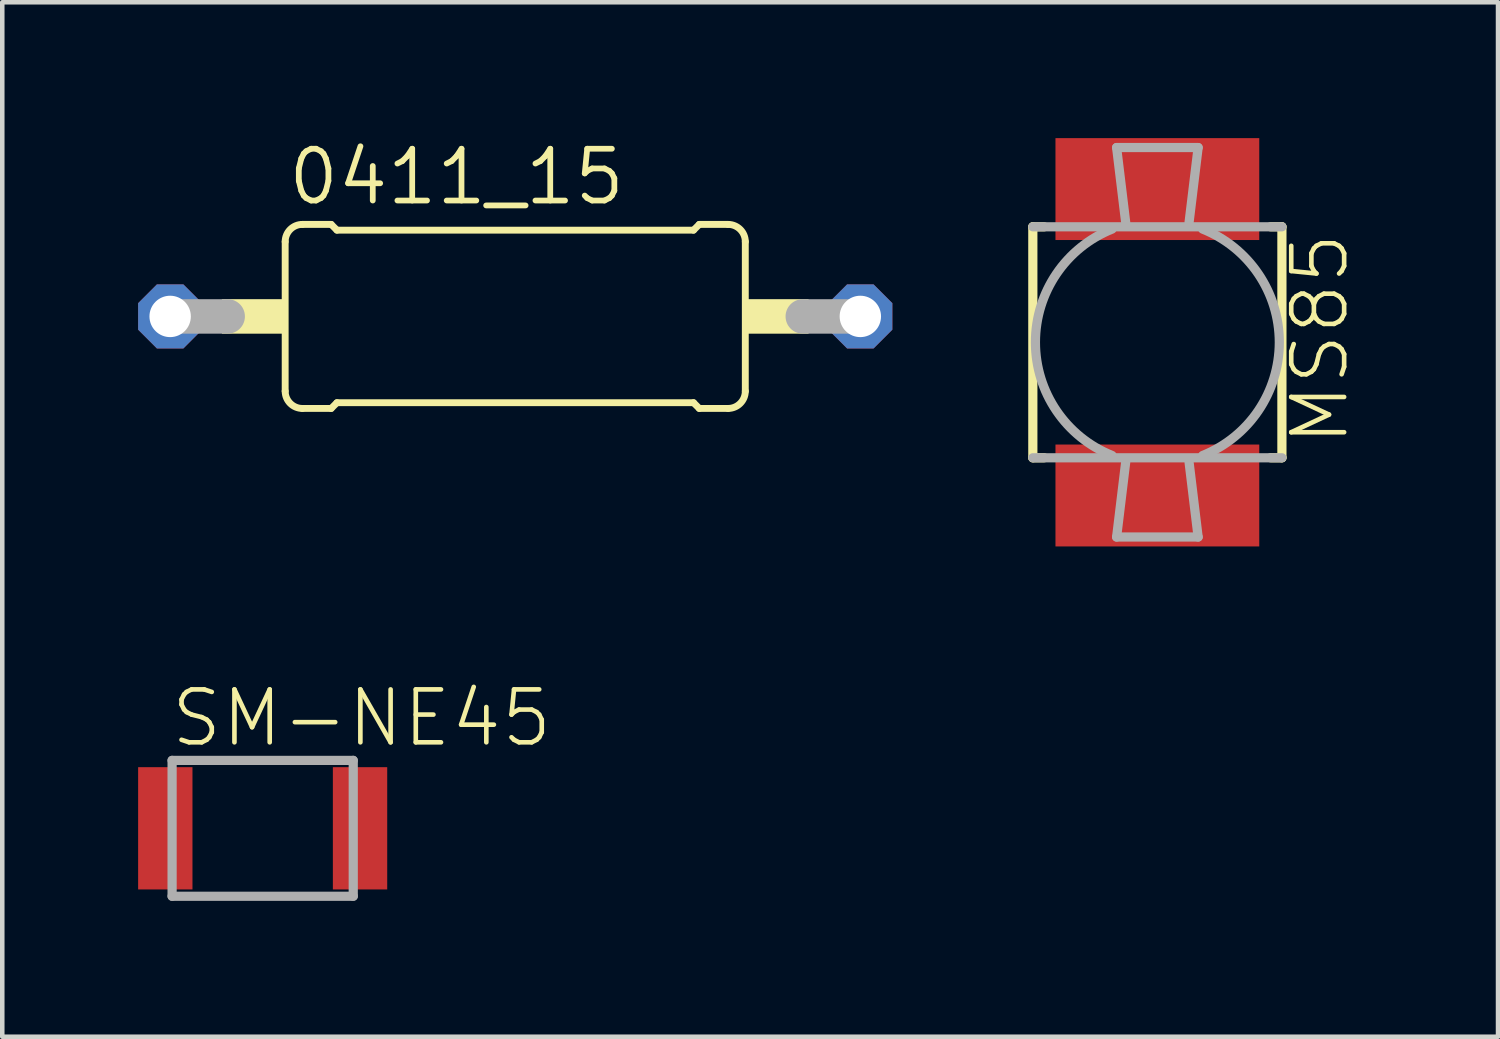
<source format=kicad_pcb>
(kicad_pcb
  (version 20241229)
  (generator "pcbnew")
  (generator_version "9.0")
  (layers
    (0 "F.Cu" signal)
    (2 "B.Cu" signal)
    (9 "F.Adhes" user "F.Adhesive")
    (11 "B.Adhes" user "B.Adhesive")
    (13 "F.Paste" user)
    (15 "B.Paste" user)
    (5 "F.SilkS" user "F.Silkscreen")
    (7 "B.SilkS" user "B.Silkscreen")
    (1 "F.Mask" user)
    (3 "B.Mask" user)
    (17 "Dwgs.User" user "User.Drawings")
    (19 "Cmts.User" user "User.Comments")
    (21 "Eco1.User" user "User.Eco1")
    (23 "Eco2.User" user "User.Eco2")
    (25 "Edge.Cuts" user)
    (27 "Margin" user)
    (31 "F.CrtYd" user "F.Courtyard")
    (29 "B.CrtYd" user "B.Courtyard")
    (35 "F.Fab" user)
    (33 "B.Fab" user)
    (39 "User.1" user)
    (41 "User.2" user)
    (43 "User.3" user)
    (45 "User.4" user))
  (footprint "SM-NE45"
    (layer "F.Cu")
    (at 2.75 15.24)
    (property "Reference" "SM-NE45" (at -2.081 -1.751 0) (layer "F.SilkS") (effects (font (size 1.168 1.168) (thickness 0.102)) (justify left bottom)))
    (fp_line (start -2 -1.5) (end -2 1.5) (stroke (width 0.203) (type solid)) (layer "F.Fab"))
    (fp_line (start -2 1.5) (end 2 1.5) (stroke (width 0.203) (type solid)) (layer "F.Fab"))
    (fp_line (start 2 -1.5) (end -2 -1.5) (stroke (width 0.203) (type solid)) (layer "F.Fab"))
    (fp_line (start 2 1.5) (end 2 -1.5) (stroke (width 0.203) (type solid)) (layer "F.Fab"))
    (pad "1" smd rect (at -2.15 0) (size 1.2 2.7) (layers "F.Cu" "F.Mask" "F.Paste"))
    (pad "2" smd rect (at 2.15 0) (size 1.2 2.7) (layers "F.Cu" "F.Mask" "F.Paste")))
  (footprint "0411_15"
    (layer "F.Cu")
    (at 8.327 3.937)
    (property "Reference" "0411_15" (at -5.08 -2.413 0) (layer "F.SilkS") (effects (font (size 1.143 1.143) (thickness 0.127)) (justify left bottom)))
    (fp_line (start -5.08 -1.651) (end -5.08 1.651) (stroke (width 0.152) (type solid)) (layer "F.SilkS"))
    (fp_line (start -4.699 -2.032) (end -4.064 -2.032) (stroke (width 0.152) (type solid)) (layer "F.SilkS"))
    (fp_line (start -4.699 2.032) (end -4.064 2.032) (stroke (width 0.152) (type solid)) (layer "F.SilkS"))
    (fp_line (start -3.937 -1.905) (end -4.064 -2.032) (stroke (width 0.152) (type solid)) (layer "F.SilkS"))
    (fp_line (start -3.937 -1.905) (end 3.937 -1.905) (stroke (width 0.152) (type solid)) (layer "F.SilkS"))
    (fp_line (start -3.937 1.905) (end -4.064 2.032) (stroke (width 0.152) (type solid)) (layer "F.SilkS"))
    (fp_line (start -3.937 1.905) (end 3.937 1.905) (stroke (width 0.152) (type solid)) (layer "F.SilkS"))
    (fp_line (start 3.937 -1.905) (end 4.064 -2.032) (stroke (width 0.152) (type solid)) (layer "F.SilkS"))
    (fp_line (start 3.937 1.905) (end 4.064 2.032) (stroke (width 0.152) (type solid)) (layer "F.SilkS"))
    (fp_line (start 4.699 -2.032) (end 4.064 -2.032) (stroke (width 0.152) (type solid)) (layer "F.SilkS"))
    (fp_line (start 4.699 2.032) (end 4.064 2.032) (stroke (width 0.152) (type solid)) (layer "F.SilkS"))
    (fp_line (start 5.08 1.651) (end 5.08 -1.651) (stroke (width 0.152) (type solid)) (layer "F.SilkS"))
    (fp_arc (start -5.08 -1.651) (mid -4.968408 -1.920408) (end -4.699 -2.032) (stroke (width 0.1524) (type solid)) (layer "F.SilkS"))
    (fp_arc (start -4.699 2.032) (mid -4.968408 1.920408) (end -5.08 1.651) (stroke (width 0.1524) (type solid)) (layer "F.SilkS"))
    (fp_arc (start 4.699 -2.032) (mid 4.968408 -1.920408) (end 5.08 -1.651) (stroke (width 0.1524) (type solid)) (layer "F.SilkS"))
    (fp_arc (start 5.08 1.651) (mid 4.968408 1.920408) (end 4.699 2.032) (stroke (width 0.1524) (type solid)) (layer "F.SilkS"))
    (fp_poly (pts (xy -6.477 0.381) (xy -5.08 0.381) (xy -5.08 -0.381) (xy -6.477 -0.381)) (stroke (width 0) (type default)) (fill yes) (layer "F.SilkS"))
    (fp_poly (pts (xy 5.08 0.381) (xy 6.477 0.381) (xy 6.477 -0.381) (xy 5.08 -0.381)) (stroke (width 0) (type default)) (fill yes) (layer "F.SilkS"))
    (fp_line (start -7.62 0) (end -6.35 0) (stroke (width 0.762) (type solid)) (layer "F.Fab"))
    (fp_line (start 6.35 0) (end 7.62 0) (stroke (width 0.762) (type solid)) (layer "F.Fab"))
    (pad "1" thru_hole roundrect (at -7.62 0) (size 1.414 1.414) (drill 0.914) (layers "*.Cu" "*.Mask") (roundrect_rratio 0.25) (chamfer_ratio 0.293) (chamfer top_left top_right bottom_left bottom_right))
    (pad "2" thru_hole roundrect (at 7.62 0) (size 1.414 1.414) (drill 0.914) (layers "*.Cu" "*.Mask") (roundrect_rratio 0.25) (chamfer_ratio 0.293) (chamfer top_left top_right bottom_left bottom_right)))
  (footprint "MS85"
    (layer "F.Cu")
    (at 22.506 4.508)
    (property "Reference" "MS85" (at 4.272 2.331 90) (layer "F.SilkS") (effects (font (size 1.168 1.168) (thickness 0.102)) (justify left bottom)))
    (fp_line (start -2.75 -2.55) (end -2.75 2.55) (stroke (width 0.203) (type solid)) (layer "F.SilkS"))
    (fp_line (start -2.75 2.55) (end -2.5 2.55) (stroke (width 0.203) (type solid)) (layer "F.SilkS"))
    (fp_line (start -2.5 -2.55) (end -2.75 -2.55) (stroke (width 0.203) (type solid)) (layer "F.SilkS"))
    (fp_line (start 2.5 2.55) (end 2.75 2.55) (stroke (width 0.203) (type solid)) (layer "F.SilkS"))
    (fp_line (start 2.75 -2.55) (end 2.5 -2.55) (stroke (width 0.203) (type solid)) (layer "F.SilkS"))
    (fp_line (start 2.75 -2.55) (end 2.75 2.55) (stroke (width 0.203) (type solid)) (layer "F.SilkS"))
    (fp_line (start -2.75 2.55) (end 2.75 2.55) (stroke (width 0.203) (type solid)) (layer "F.Fab"))
    (fp_line (start -0.9 -4.3) (end -0.7 -2.65) (stroke (width 0.203) (type solid)) (layer "F.Fab"))
    (fp_line (start -0.9 4.3) (end -0.7 2.65) (stroke (width 0.203) (type solid)) (layer "F.Fab"))
    (fp_line (start -0.9 4.3) (end 0.9 4.3) (stroke (width 0.203) (type solid)) (layer "F.Fab"))
    (fp_line (start 0.9 -4.3) (end -0.9 -4.3) (stroke (width 0.203) (type solid)) (layer "F.Fab"))
    (fp_line (start 0.9 -4.3) (end 0.7 -2.65) (stroke (width 0.203) (type solid)) (layer "F.Fab"))
    (fp_line (start 0.9 4.3) (end 0.7 2.65) (stroke (width 0.203) (type solid)) (layer "F.Fab"))
    (fp_line (start 2.75 -2.55) (end -2.75 -2.55) (stroke (width 0.203) (type solid)) (layer "F.Fab"))
    (fp_arc (start -1 2.5) (mid -2.692582 0) (end -1 -2.5) (stroke (width 0.2032) (type solid)) (layer "F.Fab"))
    (fp_arc (start 1 -2.5) (mid 2.692582 0) (end 1 2.5) (stroke (width 0.2032) (type solid)) (layer "F.Fab"))
    (pad "1" smd rect (at 0 3.383) (size 4.5 2.25) (layers "F.Cu" "F.Mask" "F.Paste"))
    (pad "2" smd rect (at 0 -3.383) (size 4.5 2.25) (layers "F.Cu" "F.Mask" "F.Paste")))
  (gr_rect
    (start -3 -3)
    (end 30.028 19.842)
    (stroke (width 0.1) (type default))
    (fill no)
    (layer "Edge.Cuts")))
</source>
